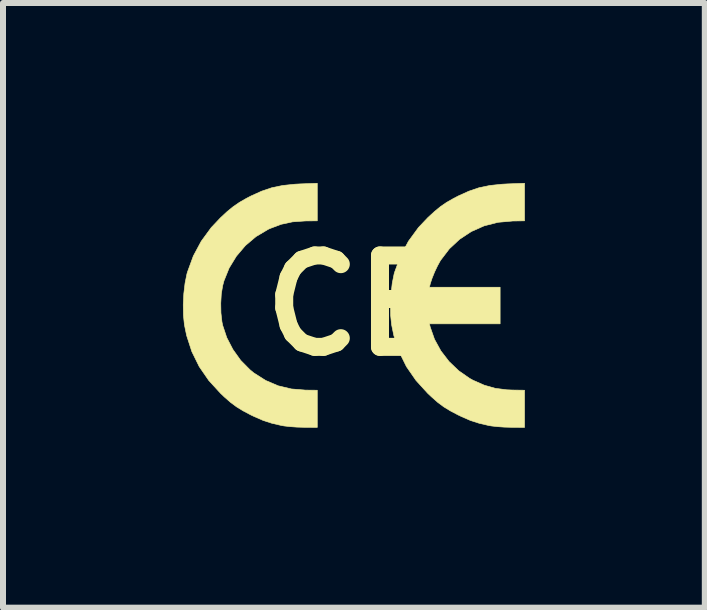
<source format=kicad_pcb>
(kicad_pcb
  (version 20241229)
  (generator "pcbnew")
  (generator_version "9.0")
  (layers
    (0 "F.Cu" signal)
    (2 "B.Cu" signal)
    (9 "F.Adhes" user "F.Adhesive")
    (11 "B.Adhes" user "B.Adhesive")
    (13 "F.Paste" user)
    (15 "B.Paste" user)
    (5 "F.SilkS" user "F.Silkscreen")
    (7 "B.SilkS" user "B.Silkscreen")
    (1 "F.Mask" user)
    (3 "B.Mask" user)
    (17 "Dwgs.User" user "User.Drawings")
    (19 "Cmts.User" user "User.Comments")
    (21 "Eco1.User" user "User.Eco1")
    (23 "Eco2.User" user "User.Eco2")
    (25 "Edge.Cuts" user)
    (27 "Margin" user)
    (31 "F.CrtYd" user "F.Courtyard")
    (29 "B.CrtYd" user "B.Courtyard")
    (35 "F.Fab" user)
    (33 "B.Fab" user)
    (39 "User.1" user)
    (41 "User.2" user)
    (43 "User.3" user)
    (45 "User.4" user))
  (footprint "CE"
    (layer "F.Cu")
    (at 2.849 2.043)
    (property "Reference" "CE" (at 0 0 0) (layer "F.SilkS") (effects (font (size 1.524 1.524) (thickness 0.3))))
    (attr through_hole)
    (fp_poly (pts (xy -0.61 -1.412) (xy -0.808 -1.41) (xy -1.022 -1.395) (xy -1.216 -1.353) (xy -1.403 -1.282) (xy -1.432 -1.268) (xy -1.632 -1.149) (xy -1.809 -0.999) (xy -1.959 -0.822) (xy -2.08 -0.624) (xy -2.166 -0.41) (xy -2.187 -0.331) (xy -2.21 -0.195) (xy -2.219 -0.037) (xy -2.216 0.124) (xy -2.199 0.273) (xy -2.187 0.331) (xy -2.119 0.535) (xy -2.017 0.732) (xy -1.887 0.914) (xy -1.734 1.069) (xy -1.669 1.123) (xy -1.471 1.249) (xy -1.263 1.338) (xy -1.041 1.391) (xy -0.808 1.41) (xy -0.61 1.412) (xy -0.61 2.032) (xy -0.838 2.03) (xy -0.949 2.027) (xy -1.061 2.019) (xy -1.159 2.008) (xy -1.206 2) (xy -1.366 1.963) (xy -1.509 1.917) (xy -1.656 1.853) (xy -1.716 1.825) (xy -1.846 1.756) (xy -1.954 1.69) (xy -2.054 1.616) (xy -2.159 1.524) (xy -2.222 1.464) (xy -2.419 1.249) (xy -2.578 1.018) (xy -2.701 0.768) (xy -2.788 0.5) (xy -2.825 0.32) (xy -2.841 0.164) (xy -2.844 -0.013) (xy -2.835 -0.197) (xy -2.814 -0.373) (xy -2.783 -0.527) (xy -2.774 -0.558) (xy -2.676 -0.826) (xy -2.544 -1.072) (xy -2.378 -1.299) (xy -2.222 -1.464) (xy -2.11 -1.568) (xy -2.009 -1.65) (xy -1.907 -1.72) (xy -1.79 -1.787) (xy -1.715 -1.826) (xy -1.538 -1.906) (xy -1.366 -1.964) (xy -1.187 -2.001) (xy -0.988 -2.022) (xy -0.899 -2.027) (xy -0.61 -2.038) (xy -0.61 -1.412)) (stroke (width 0.01) (type solid)) (fill yes) (layer "F.SilkS"))
    (fp_poly (pts (xy 2.845 -1.412) (xy 2.647 -1.409) (xy 2.402 -1.387) (xy 2.171 -1.328) (xy 1.957 -1.233) (xy 1.763 -1.105) (xy 1.592 -0.946) (xy 1.447 -0.756) (xy 1.436 -0.738) (xy 1.393 -0.659) (xy 1.346 -0.56) (xy 1.305 -0.459) (xy 1.276 -0.372) (xy 1.273 -0.361) (xy 1.259 -0.305) (xy 1.849 -0.305) (xy 2.438 -0.305) (xy 2.438 0.305) (xy 1.259 0.305) (xy 1.273 0.361) (xy 1.344 0.563) (xy 1.45 0.756) (xy 1.586 0.933) (xy 1.748 1.088) (xy 1.929 1.214) (xy 1.985 1.245) (xy 2.173 1.328) (xy 2.355 1.38) (xy 2.549 1.405) (xy 2.647 1.409) (xy 2.845 1.412) (xy 2.845 2.032) (xy 2.616 2.03) (xy 2.506 2.027) (xy 2.393 2.019) (xy 2.295 2.008) (xy 2.248 2) (xy 2.089 1.963) (xy 1.945 1.917) (xy 1.798 1.853) (xy 1.739 1.825) (xy 1.608 1.756) (xy 1.5 1.69) (xy 1.4 1.616) (xy 1.296 1.524) (xy 1.232 1.464) (xy 1.036 1.249) (xy 0.876 1.018) (xy 0.753 0.768) (xy 0.666 0.5) (xy 0.629 0.32) (xy 0.613 0.164) (xy 0.611 -0.013) (xy 0.62 -0.197) (xy 0.64 -0.373) (xy 0.671 -0.527) (xy 0.68 -0.558) (xy 0.779 -0.826) (xy 0.91 -1.072) (xy 1.076 -1.299) (xy 1.232 -1.464) (xy 1.345 -1.568) (xy 1.445 -1.65) (xy 1.547 -1.72) (xy 1.665 -1.787) (xy 1.74 -1.826) (xy 1.917 -1.906) (xy 2.088 -1.964) (xy 2.267 -2.001) (xy 2.467 -2.022) (xy 2.555 -2.027) (xy 2.845 -2.038) (xy 2.845 -1.412)) (stroke (width 0.01) (type solid)) (fill yes) (layer "F.SilkS")))
  (gr_rect
    (start -3 -3)
    (end 8.699 7.08)
    (stroke (width 0.1) (type default))
    (fill no)
    (layer "Edge.Cuts")))
</source>
